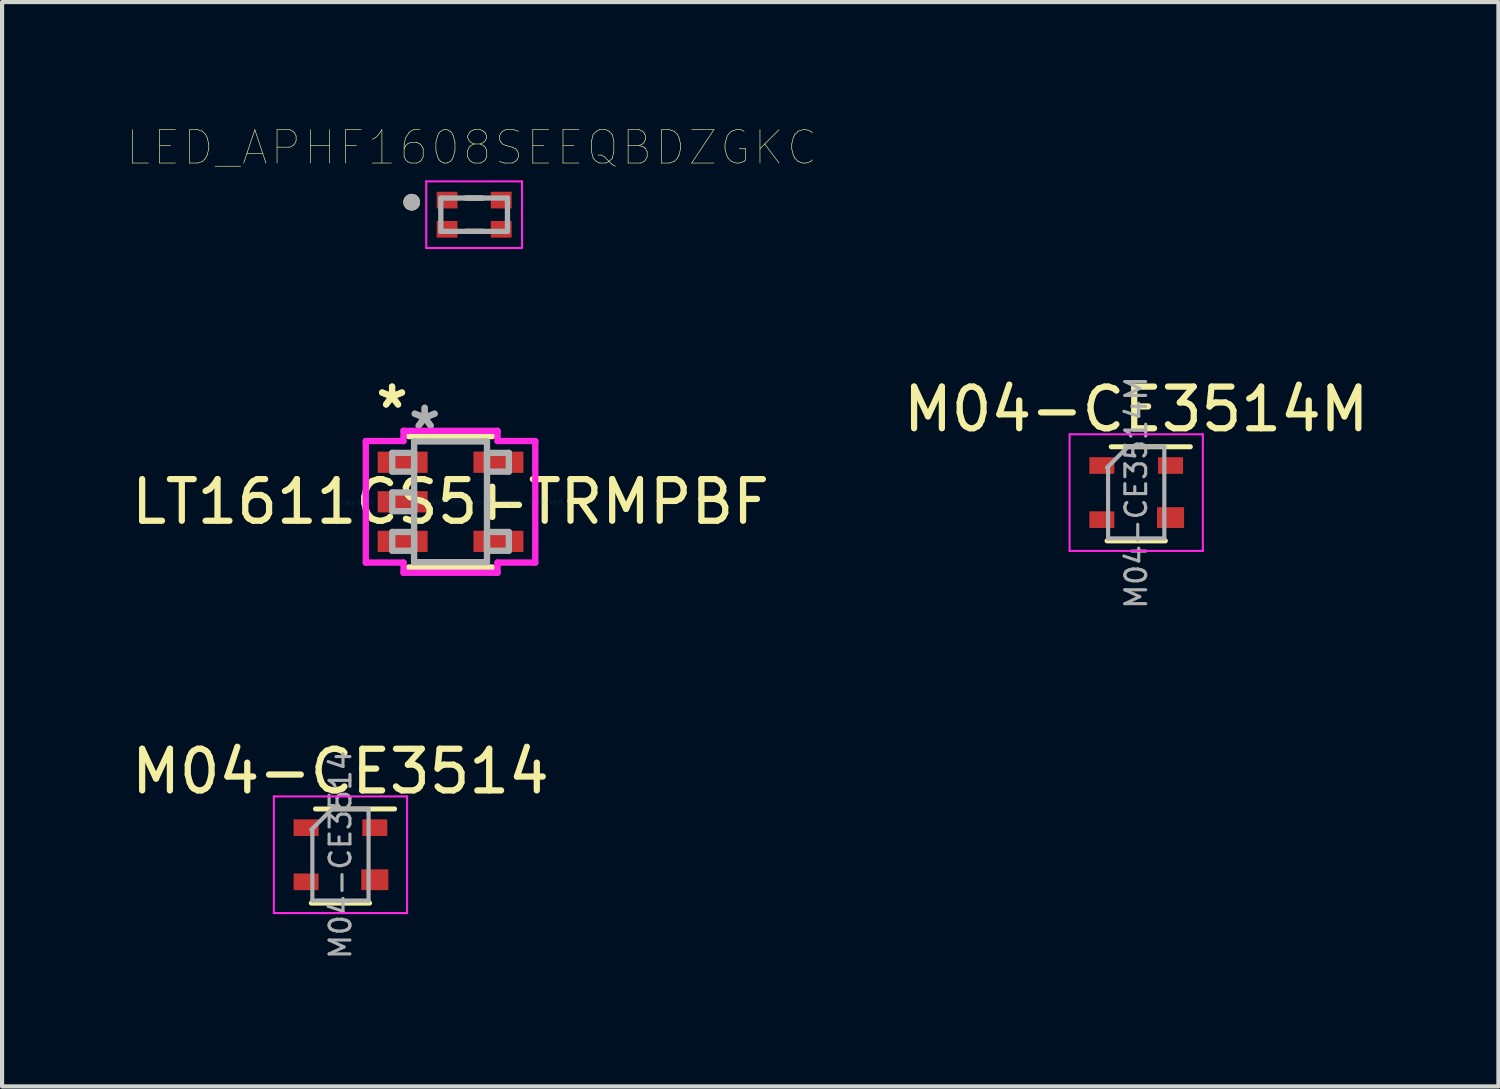
<source format=kicad_pcb>
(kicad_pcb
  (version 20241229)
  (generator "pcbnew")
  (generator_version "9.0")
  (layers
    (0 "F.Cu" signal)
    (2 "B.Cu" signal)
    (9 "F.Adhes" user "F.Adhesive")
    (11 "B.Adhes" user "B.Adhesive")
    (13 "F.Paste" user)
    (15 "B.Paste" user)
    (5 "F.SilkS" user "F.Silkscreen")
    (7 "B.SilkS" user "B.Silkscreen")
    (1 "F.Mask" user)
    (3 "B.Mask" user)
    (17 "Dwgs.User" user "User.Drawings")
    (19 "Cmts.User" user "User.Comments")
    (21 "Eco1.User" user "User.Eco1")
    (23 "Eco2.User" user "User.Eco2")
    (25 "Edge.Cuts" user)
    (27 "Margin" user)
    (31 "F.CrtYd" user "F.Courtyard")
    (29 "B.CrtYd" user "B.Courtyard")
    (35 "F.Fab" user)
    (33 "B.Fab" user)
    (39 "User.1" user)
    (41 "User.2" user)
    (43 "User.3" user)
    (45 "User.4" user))
  (footprint "LED_APHF1608SEEQBDZGKC"
    (layer "F.Cu")
    (at 8.335 2.105)
    (property "Reference" "LED_APHF1608SEEQBDZGKC" (at -0.06 -1.61 0) (layer "F.SilkS") (effects (font (size 0.801 0.801) (thickness 0.015))))
    (attr through_hole)
    (fp_line (start -0.2 -0.4) (end 0.2 -0.4) (stroke (width 0.127) (type solid)) (layer "F.SilkS"))
    (fp_line (start -0.2 0.4) (end 0.2 0.4) (stroke (width 0.127) (type solid)) (layer "F.SilkS"))
    (fp_circle (center -1.5 -0.3) (end -1.4 -0.3) (stroke (width 0.2) (type solid)) (fill no) (layer "F.SilkS"))
    (fp_line (start -1.15 -0.8) (end 1.15 -0.8) (stroke (width 0.05) (type solid)) (layer "F.CrtYd"))
    (fp_line (start -1.15 0.8) (end -1.15 -0.8) (stroke (width 0.05) (type solid)) (layer "F.CrtYd"))
    (fp_line (start 1.15 -0.8) (end 1.15 0.8) (stroke (width 0.05) (type solid)) (layer "F.CrtYd"))
    (fp_line (start 1.15 0.8) (end -1.15 0.8) (stroke (width 0.05) (type solid)) (layer "F.CrtYd"))
    (fp_line (start -0.8 -0.4) (end 0.8 -0.4) (stroke (width 0.127) (type solid)) (layer "F.Fab"))
    (fp_line (start -0.8 0.4) (end -0.8 -0.4) (stroke (width 0.127) (type solid)) (layer "F.Fab"))
    (fp_line (start 0.8 -0.4) (end 0.8 0.4) (stroke (width 0.127) (type solid)) (layer "F.Fab"))
    (fp_line (start 0.8 0.4) (end -0.8 0.4) (stroke (width 0.127) (type solid)) (layer "F.Fab"))
    (fp_circle (center -1.5 -0.3) (end -1.4 -0.3) (stroke (width 0.2) (type solid)) (fill no) (layer "F.Fab"))
    (pad "1" smd rect (at -0.65 -0.35) (size 0.5 0.4) (layers "F.Cu" "F.Mask" "F.Paste"))
    (pad "2" smd rect (at -0.65 0.35) (size 0.5 0.4) (layers "F.Cu" "F.Mask" "F.Paste"))
    (pad "3" smd rect (at 0.65 0.35) (size 0.5 0.4) (layers "F.Cu" "F.Mask" "F.Paste"))
    (pad "4" smd rect (at 0.65 -0.35) (size 0.5 0.4) (layers "F.Cu" "F.Mask" "F.Paste")))
  (footprint "LT1611CS5-TRMPBF"
    (layer "F.Cu")
    (at 7.768 8.999)
    (property "Reference" "LT1611CS5-TRMPBF" (at 0 0 0) (layer "F.SilkS") (effects (font (size 1 1) (thickness 0.15))))
    (attr through_hole)
    (fp_line (start -1.002 1.577) (end 1.002 1.577) (stroke (width 0.152) (type solid)) (layer "F.SilkS"))
    (fp_line (start 1.002 -1.577) (end -1.002 -1.577) (stroke (width 0.152) (type solid)) (layer "F.SilkS"))
    (fp_line (start 1.002 0.362) (end 1.002 -0.362) (stroke (width 0.152) (type solid)) (layer "F.SilkS"))
    (fp_line (start -2.035 -1.459) (end -1.129 -1.459) (stroke (width 0.152) (type solid)) (layer "F.CrtYd"))
    (fp_line (start -2.035 1.459) (end -2.035 -1.459) (stroke (width 0.152) (type solid)) (layer "F.CrtYd"))
    (fp_line (start -1.129 -1.704) (end 1.129 -1.704) (stroke (width 0.152) (type solid)) (layer "F.CrtYd"))
    (fp_line (start -1.129 -1.459) (end -1.129 -1.704) (stroke (width 0.152) (type solid)) (layer "F.CrtYd"))
    (fp_line (start -1.129 1.459) (end -2.035 1.459) (stroke (width 0.152) (type solid)) (layer "F.CrtYd"))
    (fp_line (start -1.129 1.704) (end -1.129 1.459) (stroke (width 0.152) (type solid)) (layer "F.CrtYd"))
    (fp_line (start 1.129 -1.704) (end 1.129 -1.459) (stroke (width 0.152) (type solid)) (layer "F.CrtYd"))
    (fp_line (start 1.129 -1.459) (end 2.035 -1.459) (stroke (width 0.152) (type solid)) (layer "F.CrtYd"))
    (fp_line (start 1.129 1.459) (end 1.129 1.704) (stroke (width 0.152) (type solid)) (layer "F.CrtYd"))
    (fp_line (start 1.129 1.704) (end -1.129 1.704) (stroke (width 0.152) (type solid)) (layer "F.CrtYd"))
    (fp_line (start 2.035 -1.459) (end 2.035 1.459) (stroke (width 0.152) (type solid)) (layer "F.CrtYd"))
    (fp_line (start 2.035 1.459) (end 1.129 1.459) (stroke (width 0.152) (type solid)) (layer "F.CrtYd"))
    (fp_line (start -1.4 -1.175) (end -1.4 -0.725) (stroke (width 0.152) (type solid)) (layer "F.Fab"))
    (fp_line (start -1.4 -0.725) (end -0.875 -0.725) (stroke (width 0.152) (type solid)) (layer "F.Fab"))
    (fp_line (start -1.4 -0.225) (end -1.4 0.225) (stroke (width 0.152) (type solid)) (layer "F.Fab"))
    (fp_line (start -1.4 0.225) (end -0.875 0.225) (stroke (width 0.152) (type solid)) (layer "F.Fab"))
    (fp_line (start -1.4 0.725) (end -1.4 1.175) (stroke (width 0.152) (type solid)) (layer "F.Fab"))
    (fp_line (start -1.4 1.175) (end -0.875 1.175) (stroke (width 0.152) (type solid)) (layer "F.Fab"))
    (fp_line (start -0.875 -1.45) (end -0.875 1.45) (stroke (width 0.152) (type solid)) (layer "F.Fab"))
    (fp_line (start -0.875 -1.175) (end -1.4 -1.175) (stroke (width 0.152) (type solid)) (layer "F.Fab"))
    (fp_line (start -0.875 -0.725) (end -0.875 -1.175) (stroke (width 0.152) (type solid)) (layer "F.Fab"))
    (fp_line (start -0.875 -0.225) (end -1.4 -0.225) (stroke (width 0.152) (type solid)) (layer "F.Fab"))
    (fp_line (start -0.875 0.225) (end -0.875 -0.225) (stroke (width 0.152) (type solid)) (layer "F.Fab"))
    (fp_line (start -0.875 0.725) (end -1.4 0.725) (stroke (width 0.152) (type solid)) (layer "F.Fab"))
    (fp_line (start -0.875 1.175) (end -0.875 0.725) (stroke (width 0.152) (type solid)) (layer "F.Fab"))
    (fp_line (start -0.875 1.45) (end 0.875 1.45) (stroke (width 0.152) (type solid)) (layer "F.Fab"))
    (fp_line (start 0.875 -1.45) (end -0.875 -1.45) (stroke (width 0.152) (type solid)) (layer "F.Fab"))
    (fp_line (start 0.875 -1.175) (end 0.875 -0.725) (stroke (width 0.152) (type solid)) (layer "F.Fab"))
    (fp_line (start 0.875 -0.725) (end 1.4 -0.725) (stroke (width 0.152) (type solid)) (layer "F.Fab"))
    (fp_line (start 0.875 0.725) (end 0.875 1.175) (stroke (width 0.152) (type solid)) (layer "F.Fab"))
    (fp_line (start 0.875 1.175) (end 1.4 1.175) (stroke (width 0.152) (type solid)) (layer "F.Fab"))
    (fp_line (start 0.875 1.45) (end 0.875 -1.45) (stroke (width 0.152) (type solid)) (layer "F.Fab"))
    (fp_line (start 1.4 -1.175) (end 0.875 -1.175) (stroke (width 0.152) (type solid)) (layer "F.Fab"))
    (fp_line (start 1.4 -0.725) (end 1.4 -1.175) (stroke (width 0.152) (type solid)) (layer "F.Fab"))
    (fp_line (start 1.4 0.725) (end 0.875 0.725) (stroke (width 0.152) (type solid)) (layer "F.Fab"))
    (fp_line (start 1.4 1.175) (end 1.4 0.725) (stroke (width 0.152) (type solid)) (layer "F.Fab"))
    (fp_text user "*" (at -1.404 -2.221 0) (layer "F.SilkS") (effects (font (size 1 1) (thickness 0.15))))
    (fp_text user "*" (at -1.404 -2.221 0) (layer "F.SilkS") (effects (font (size 1 1) (thickness 0.15))))
    (fp_text user "Copyright 2016 Accelerated Designs. All rights reserved." (at 0 0 0) (layer "Cmts.User") (effects (font (size 0.127 0.127) (thickness 0.002))))
    (fp_text user "*" (at -0.621 -1.713 0) (layer "F.Fab") (effects (font (size 1 1) (thickness 0.15))))
    (fp_text user "*" (at -0.621 -1.713 0) (layer "F.Fab") (effects (font (size 1 1) (thickness 0.15))))
    (pad "1" smd rect (at -1.15 -0.95) (size 1.2 0.51) (layers "F.Cu" "F.Mask" "F.Paste"))
    (pad "2" smd rect (at -1.15 0) (size 1.2 0.51) (layers "F.Cu" "F.Mask" "F.Paste"))
    (pad "3" smd rect (at -1.15 0.95) (size 1.2 0.51) (layers "F.Cu" "F.Mask" "F.Paste"))
    (pad "4" smd rect (at 1.15 0.95) (size 1.2 0.51) (layers "F.Cu" "F.Mask" "F.Paste"))
    (pad "5" smd rect (at 1.15 -0.95) (size 1.2 0.51) (layers "F.Cu" "F.Mask" "F.Paste")))
  (footprint "M04-CE3514"
    (layer "F.Cu")
    (at 5.125 17.474)
    (property "Reference" "M04-CE3514" (at 0 -2 0) (layer "F.SilkS") (effects (font (size 1 1) (thickness 0.15))))
    (attr smd)
    (fp_line (start -0.7 1.16) (end 0.7 1.16) (stroke (width 0.12) (type solid)) (layer "F.SilkS"))
    (fp_line (start 1.3 -1.1) (end -0.6 -1.1) (stroke (width 0.12) (type solid)) (layer "F.SilkS"))
    (fp_line (start -1.6 -1.4) (end -1.6 1.4) (stroke (width 0.05) (type solid)) (layer "F.CrtYd"))
    (fp_line (start -1.6 -1.4) (end 1.6 -1.4) (stroke (width 0.05) (type solid)) (layer "F.CrtYd"))
    (fp_line (start -1.6 1.4) (end 1.6 1.4) (stroke (width 0.05) (type solid)) (layer "F.CrtYd"))
    (fp_line (start 1.6 1.4) (end 1.6 -1.4) (stroke (width 0.05) (type solid)) (layer "F.CrtYd"))
    (fp_line (start -0.675 -0.6) (end -0.675 1.1) (stroke (width 0.1) (type solid)) (layer "F.Fab"))
    (fp_line (start -0.2 -1.1) (end -0.7 -0.6) (stroke (width 0.1) (type solid)) (layer "F.Fab"))
    (fp_line (start 0.675 -1.1) (end -0.175 -1.1) (stroke (width 0.1) (type solid)) (layer "F.Fab"))
    (fp_line (start 0.675 -1.1) (end 0.675 1.1) (stroke (width 0.1) (type solid)) (layer "F.Fab"))
    (fp_line (start 0.675 1.1) (end -0.675 1.1) (stroke (width 0.1) (type solid)) (layer "F.Fab"))
    (fp_text user "${REFERENCE}" (at 0 0 90) (layer "F.Fab") (effects (font (size 0.5 0.5) (thickness 0.075))))
    (pad "1" smd rect (at 0.825 -0.65) (size 0.6 0.4) (layers "F.Cu" "F.Mask" "F.Paste"))
    (pad "2" smd rect (at 0.825 0.6) (size 0.65 0.5) (layers "F.Cu" "F.Mask" "F.Paste"))
    (pad "3" smd rect (at -0.825 0.65) (size 0.6 0.4) (layers "F.Cu" "F.Mask" "F.Paste"))
    (pad "4" smd rect (at -0.825 -0.65) (size 0.6 0.4) (layers "F.Cu" "F.Mask" "F.Paste")))
  (footprint "M04-CE3514M"
    (layer "F.Cu")
    (at 24.232 8.778)
    (property "Reference" "M04-CE3514M" (at 0 -2 0) (layer "F.SilkS") (effects (font (size 1 1) (thickness 0.15))))
    (attr smd)
    (fp_line (start -0.7 1.16) (end 0.7 1.16) (stroke (width 0.12) (type solid)) (layer "F.SilkS"))
    (fp_line (start 1.3 -1.1) (end -0.6 -1.1) (stroke (width 0.12) (type solid)) (layer "F.SilkS"))
    (fp_line (start -1.6 -1.4) (end -1.6 1.4) (stroke (width 0.05) (type solid)) (layer "F.CrtYd"))
    (fp_line (start -1.6 -1.4) (end 1.6 -1.4) (stroke (width 0.05) (type solid)) (layer "F.CrtYd"))
    (fp_line (start -1.6 1.4) (end 1.6 1.4) (stroke (width 0.05) (type solid)) (layer "F.CrtYd"))
    (fp_line (start 1.6 1.4) (end 1.6 -1.4) (stroke (width 0.05) (type solid)) (layer "F.CrtYd"))
    (fp_line (start -0.675 -0.6) (end -0.675 1.1) (stroke (width 0.1) (type solid)) (layer "F.Fab"))
    (fp_line (start -0.2 -1.1) (end -0.7 -0.6) (stroke (width 0.1) (type solid)) (layer "F.Fab"))
    (fp_line (start 0.675 -1.1) (end -0.175 -1.1) (stroke (width 0.1) (type solid)) (layer "F.Fab"))
    (fp_line (start 0.675 -1.1) (end 0.675 1.1) (stroke (width 0.1) (type solid)) (layer "F.Fab"))
    (fp_line (start 0.675 1.1) (end -0.675 1.1) (stroke (width 0.1) (type solid)) (layer "F.Fab"))
    (fp_text user "${REFERENCE}" (at 0 0 90) (layer "F.Fab") (effects (font (size 0.5 0.5) (thickness 0.075))))
    (pad "1" smd rect (at 0.825 -0.65) (size 0.6 0.4) (layers "F.Cu" "F.Mask" "F.Paste"))
    (pad "2" smd rect (at 0.825 0.6) (size 0.65 0.5) (layers "F.Cu" "F.Mask" "F.Paste"))
    (pad "3" smd rect (at -0.825 0.65) (size 0.6 0.4) (layers "F.Cu" "F.Mask" "F.Paste"))
    (pad "4" smd rect (at -0.825 -0.65) (size 0.6 0.4) (layers "F.Cu" "F.Mask" "F.Paste")))
  (gr_rect
    (start -3 -3)
    (end 32.929 23.037)
    (stroke (width 0.1) (type default))
    (fill no)
    (layer "Edge.Cuts")))
</source>
